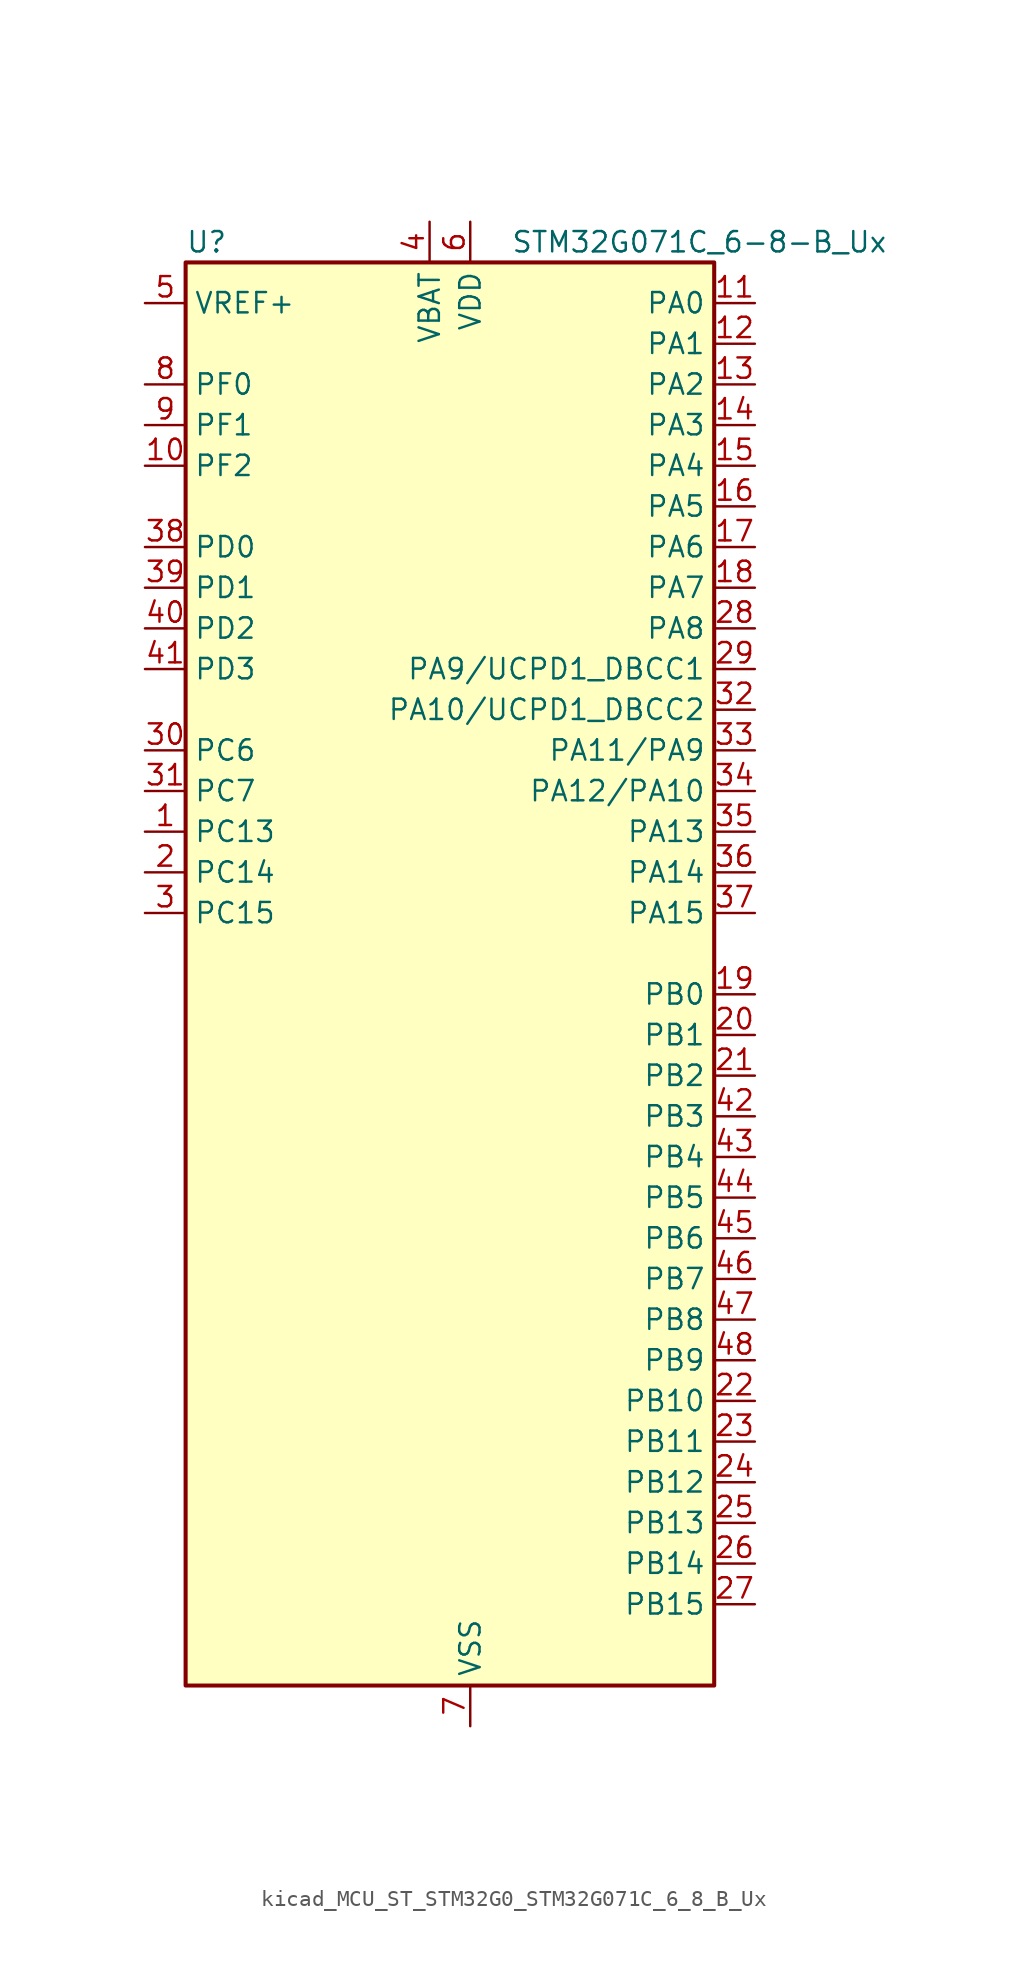
<source format=kicad_sym>
(kicad_symbol_lib
  (version 20220914)
  (generator kicad_symbol_editor)
  (symbol "kicad_MCU_ST_STM32G0_STM32G071C_6_8_B_Ux"
    (property "Reference" "U"
      (at -15.24 46.99 0)
      (effects (font (size 1.27 1.27)) (justify left)))
    (property "Value" "STM32G071C_6-8-B_Ux"
      (at 5.08 46.99 0)
      (effects (font (size 1.27 1.27)) (justify left)))
    (property "ki_locked" ""
      (at 0 0 0)
      (effects (font (size 1.27 1.27))))
    (symbol "kicad_MCU_ST_STM32G0_STM32G071C_6_8_B_Ux_0_1"
      (rectangle (start -15.24 -43.18) (end 17.78 45.72) (stroke (width 0.254) (type default)) (fill (type background))))
    (symbol "kicad_MCU_ST_STM32G0_STM32G071C_6_8_B_Ux_1_1"
      (pin bidirectional line (at -17.78 10.16 0) (length 2.54) (name "PC13" (effects (font (size 1.27 1.27)))) (number "1" (effects (font (size 1.27 1.27)))) (alternate "RTC_OUT_ALARM" bidirectional line) (alternate "RTC_OUT_CALIB" bidirectional line) (alternate "RTC_TAMP_IN1" bidirectional line) (alternate "RTC_TS" bidirectional line) (alternate "SYS_WKUP2" bidirectional line) (alternate "TIM1_BK" bidirectional line))
      (pin bidirectional line (at -17.78 33.02 0) (length 2.54) (name "PF2" (effects (font (size 1.27 1.27)))) (number "10" (effects (font (size 1.27 1.27)))) (alternate "RCC_MCO" bidirectional line))
      (pin bidirectional line (at 20.32 43.18 180) (length 2.54) (name "PA0" (effects (font (size 1.27 1.27)))) (number "11" (effects (font (size 1.27 1.27)))) (alternate "ADC1_IN0" bidirectional line) (alternate "COMP1_INM" bidirectional line) (alternate "COMP1_OUT" bidirectional line) (alternate "LPTIM1_OUT" bidirectional line) (alternate "RTC_TAMP_IN2" bidirectional line) (alternate "SPI2_SCK" bidirectional line) (alternate "SYS_WKUP1" bidirectional line) (alternate "TIM2_CH1" bidirectional line) (alternate "TIM2_ETR" bidirectional line) (alternate "UCPD2_FRSTX1" bidirectional line) (alternate "UCPD2_FRSTX2" bidirectional line) (alternate "USART2_CTS" bidirectional line) (alternate "USART2_NSS" bidirectional line) (alternate "USART4_TX" bidirectional line))
      (pin bidirectional line (at 20.32 40.64 180) (length 2.54) (name "PA1" (effects (font (size 1.27 1.27)))) (number "12" (effects (font (size 1.27 1.27)))) (alternate "ADC1_IN1" bidirectional line) (alternate "COMP1_INP" bidirectional line) (alternate "I2C1_SMBA" bidirectional line) (alternate "I2S1_CK" bidirectional line) (alternate "SPI1_SCK" bidirectional line) (alternate "TIM15_CH1N" bidirectional line) (alternate "TIM2_CH2" bidirectional line) (alternate "USART2_CK" bidirectional line) (alternate "USART2_DE" bidirectional line) (alternate "USART2_RTS" bidirectional line) (alternate "USART4_RX" bidirectional line))
      (pin bidirectional line (at 20.32 38.1 180) (length 2.54) (name "PA2" (effects (font (size 1.27 1.27)))) (number "13" (effects (font (size 1.27 1.27)))) (alternate "ADC1_IN2" bidirectional line) (alternate "COMP2_INM" bidirectional line) (alternate "COMP2_OUT" bidirectional line) (alternate "I2S1_SD" bidirectional line) (alternate "LPUART1_TX" bidirectional line) (alternate "RCC_LSCO" bidirectional line) (alternate "SPI1_MOSI" bidirectional line) (alternate "SYS_WKUP4" bidirectional line) (alternate "TIM15_CH1" bidirectional line) (alternate "TIM2_CH3" bidirectional line) (alternate "UCPD1_FRSTX1" bidirectional line) (alternate "UCPD1_FRSTX2" bidirectional line) (alternate "USART2_TX" bidirectional line))
      (pin bidirectional line (at 20.32 35.56 180) (length 2.54) (name "PA3" (effects (font (size 1.27 1.27)))) (number "14" (effects (font (size 1.27 1.27)))) (alternate "ADC1_IN3" bidirectional line) (alternate "COMP2_INP" bidirectional line) (alternate "LPUART1_RX" bidirectional line) (alternate "SPI2_MISO" bidirectional line) (alternate "TIM15_CH2" bidirectional line) (alternate "TIM2_CH4" bidirectional line) (alternate "UCPD2_FRSTX1" bidirectional line) (alternate "UCPD2_FRSTX2" bidirectional line) (alternate "USART2_RX" bidirectional line))
      (pin bidirectional line (at 20.32 33.02 180) (length 2.54) (name "PA4" (effects (font (size 1.27 1.27)))) (number "15" (effects (font (size 1.27 1.27)))) (alternate "ADC1_IN4" bidirectional line) (alternate "DAC1_OUT1" bidirectional line) (alternate "I2S1_WS" bidirectional line) (alternate "LPTIM2_OUT" bidirectional line) (alternate "RTC_OUT_ALARM" bidirectional line) (alternate "RTC_OUT_CALIB" bidirectional line) (alternate "SPI1_NSS" bidirectional line) (alternate "SPI2_MOSI" bidirectional line) (alternate "TIM14_CH1" bidirectional line) (alternate "UCPD2_FRSTX1" bidirectional line) (alternate "UCPD2_FRSTX2" bidirectional line))
      (pin bidirectional line (at 20.32 30.48 180) (length 2.54) (name "PA5" (effects (font (size 1.27 1.27)))) (number "16" (effects (font (size 1.27 1.27)))) (alternate "ADC1_IN5" bidirectional line) (alternate "CEC" bidirectional line) (alternate "DAC1_OUT2" bidirectional line) (alternate "I2S1_CK" bidirectional line) (alternate "LPTIM2_ETR" bidirectional line) (alternate "SPI1_SCK" bidirectional line) (alternate "TIM2_CH1" bidirectional line) (alternate "TIM2_ETR" bidirectional line) (alternate "UCPD1_FRSTX1" bidirectional line) (alternate "UCPD1_FRSTX2" bidirectional line) (alternate "USART3_TX" bidirectional line))
      (pin bidirectional line (at 20.32 27.94 180) (length 2.54) (name "PA6" (effects (font (size 1.27 1.27)))) (number "17" (effects (font (size 1.27 1.27)))) (alternate "ADC1_IN6" bidirectional line) (alternate "COMP1_OUT" bidirectional line) (alternate "I2S1_MCK" bidirectional line) (alternate "LPUART1_CTS" bidirectional line) (alternate "SPI1_MISO" bidirectional line) (alternate "TIM16_CH1" bidirectional line) (alternate "TIM1_BK" bidirectional line) (alternate "TIM3_CH1" bidirectional line) (alternate "USART3_CTS" bidirectional line) (alternate "USART3_NSS" bidirectional line))
      (pin bidirectional line (at 20.32 25.4 180) (length 2.54) (name "PA7" (effects (font (size 1.27 1.27)))) (number "18" (effects (font (size 1.27 1.27)))) (alternate "ADC1_IN7" bidirectional line) (alternate "COMP2_OUT" bidirectional line) (alternate "I2S1_SD" bidirectional line) (alternate "SPI1_MOSI" bidirectional line) (alternate "TIM14_CH1" bidirectional line) (alternate "TIM17_CH1" bidirectional line) (alternate "TIM1_CH1N" bidirectional line) (alternate "TIM3_CH2" bidirectional line) (alternate "UCPD1_FRSTX1" bidirectional line) (alternate "UCPD1_FRSTX2" bidirectional line))
      (pin bidirectional line (at 20.32 0 180) (length 2.54) (name "PB0" (effects (font (size 1.27 1.27)))) (number "19" (effects (font (size 1.27 1.27)))) (alternate "ADC1_IN8" bidirectional line) (alternate "COMP1_OUT" bidirectional line) (alternate "I2S1_WS" bidirectional line) (alternate "LPTIM1_OUT" bidirectional line) (alternate "SPI1_NSS" bidirectional line) (alternate "TIM1_CH2N" bidirectional line) (alternate "TIM3_CH3" bidirectional line) (alternate "UCPD1_FRSTX1" bidirectional line) (alternate "UCPD1_FRSTX2" bidirectional line) (alternate "USART3_RX" bidirectional line))
      (pin bidirectional line (at -17.78 7.62 0) (length 2.54) (name "PC14" (effects (font (size 1.27 1.27)))) (number "2" (effects (font (size 1.27 1.27)))) (alternate "RCC_OSC32_IN" bidirectional line) (alternate "TIM1_BK2" bidirectional line))
      (pin bidirectional line (at 20.32 -2.54 180) (length 2.54) (name "PB1" (effects (font (size 1.27 1.27)))) (number "20" (effects (font (size 1.27 1.27)))) (alternate "ADC1_IN9" bidirectional line) (alternate "COMP1_INM" bidirectional line) (alternate "LPTIM2_IN1" bidirectional line) (alternate "LPUART1_DE" bidirectional line) (alternate "LPUART1_RTS" bidirectional line) (alternate "TIM14_CH1" bidirectional line) (alternate "TIM1_CH3N" bidirectional line) (alternate "TIM3_CH4" bidirectional line) (alternate "USART3_CK" bidirectional line) (alternate "USART3_DE" bidirectional line) (alternate "USART3_RTS" bidirectional line))
      (pin bidirectional line (at 20.32 -5.08 180) (length 2.54) (name "PB2" (effects (font (size 1.27 1.27)))) (number "21" (effects (font (size 1.27 1.27)))) (alternate "ADC1_IN10" bidirectional line) (alternate "COMP1_INP" bidirectional line) (alternate "LPTIM1_OUT" bidirectional line) (alternate "SPI2_MISO" bidirectional line) (alternate "USART3_TX" bidirectional line))
      (pin bidirectional line (at 20.32 -25.4 180) (length 2.54) (name "PB10" (effects (font (size 1.27 1.27)))) (number "22" (effects (font (size 1.27 1.27)))) (alternate "ADC1_IN11" bidirectional line) (alternate "CEC" bidirectional line) (alternate "COMP1_OUT" bidirectional line) (alternate "I2C2_SCL" bidirectional line) (alternate "LPUART1_RX" bidirectional line) (alternate "SPI2_SCK" bidirectional line) (alternate "TIM2_CH3" bidirectional line) (alternate "USART3_TX" bidirectional line))
      (pin bidirectional line (at 20.32 -27.94 180) (length 2.54) (name "PB11" (effects (font (size 1.27 1.27)))) (number "23" (effects (font (size 1.27 1.27)))) (alternate "ADC1_EXTI11" bidirectional line) (alternate "ADC1_IN15" bidirectional line) (alternate "COMP2_OUT" bidirectional line) (alternate "I2C2_SDA" bidirectional line) (alternate "LPUART1_TX" bidirectional line) (alternate "SPI2_MOSI" bidirectional line) (alternate "TIM2_CH4" bidirectional line) (alternate "USART3_RX" bidirectional line))
      (pin bidirectional line (at 20.32 -30.48 180) (length 2.54) (name "PB12" (effects (font (size 1.27 1.27)))) (number "24" (effects (font (size 1.27 1.27)))) (alternate "ADC1_IN16" bidirectional line) (alternate "LPUART1_DE" bidirectional line) (alternate "LPUART1_RTS" bidirectional line) (alternate "SPI2_NSS" bidirectional line) (alternate "TIM15_BK" bidirectional line) (alternate "TIM1_BK" bidirectional line) (alternate "UCPD2_FRSTX1" bidirectional line) (alternate "UCPD2_FRSTX2" bidirectional line))
      (pin bidirectional line (at 20.32 -33.02 180) (length 2.54) (name "PB13" (effects (font (size 1.27 1.27)))) (number "25" (effects (font (size 1.27 1.27)))) (alternate "I2C2_SCL" bidirectional line) (alternate "LPUART1_CTS" bidirectional line) (alternate "SPI2_SCK" bidirectional line) (alternate "TIM15_CH1N" bidirectional line) (alternate "TIM1_CH1N" bidirectional line) (alternate "USART3_CTS" bidirectional line) (alternate "USART3_NSS" bidirectional line))
      (pin bidirectional line (at 20.32 -35.56 180) (length 2.54) (name "PB14" (effects (font (size 1.27 1.27)))) (number "26" (effects (font (size 1.27 1.27)))) (alternate "I2C2_SDA" bidirectional line) (alternate "SPI2_MISO" bidirectional line) (alternate "TIM15_CH1" bidirectional line) (alternate "TIM1_CH2N" bidirectional line) (alternate "UCPD1_FRSTX1" bidirectional line) (alternate "UCPD1_FRSTX2" bidirectional line) (alternate "USART3_CK" bidirectional line) (alternate "USART3_DE" bidirectional line) (alternate "USART3_RTS" bidirectional line))
      (pin bidirectional line (at 20.32 -38.1 180) (length 2.54) (name "PB15" (effects (font (size 1.27 1.27)))) (number "27" (effects (font (size 1.27 1.27)))) (alternate "RTC_REFIN" bidirectional line) (alternate "SPI2_MOSI" bidirectional line) (alternate "TIM15_CH1N" bidirectional line) (alternate "TIM15_CH2" bidirectional line) (alternate "TIM1_CH3N" bidirectional line) (alternate "UCPD1_CC2" bidirectional line))
      (pin bidirectional line (at 20.32 22.86 180) (length 2.54) (name "PA8" (effects (font (size 1.27 1.27)))) (number "28" (effects (font (size 1.27 1.27)))) (alternate "LPTIM2_OUT" bidirectional line) (alternate "RCC_MCO" bidirectional line) (alternate "SPI2_NSS" bidirectional line) (alternate "TIM1_CH1" bidirectional line) (alternate "UCPD1_CC1" bidirectional line))
      (pin bidirectional line (at 20.32 20.32 180) (length 2.54) (name "PA9/UCPD1_DBCC1" (effects (font (size 1.27 1.27)))) (number "29" (effects (font (size 1.27 1.27)))) (alternate "DAC1_EXTI9" bidirectional line) (alternate "I2C1_SCL" bidirectional line) (alternate "RCC_MCO" bidirectional line) (alternate "SPI2_MISO" bidirectional line) (alternate "TIM15_BK" bidirectional line) (alternate "TIM1_CH2" bidirectional line) (alternate "UCPD1_DBCC1" bidirectional line) (alternate "USART1_TX" bidirectional line))
      (pin bidirectional line (at -17.78 5.08 0) (length 2.54) (name "PC15" (effects (font (size 1.27 1.27)))) (number "3" (effects (font (size 1.27 1.27)))) (alternate "RCC_OSC32_EN" bidirectional line) (alternate "RCC_OSC32_OUT" bidirectional line) (alternate "RCC_OSC_EN" bidirectional line) (alternate "TIM15_BK" bidirectional line))
      (pin bidirectional line (at -17.78 15.24 0) (length 2.54) (name "PC6" (effects (font (size 1.27 1.27)))) (number "30" (effects (font (size 1.27 1.27)))) (alternate "TIM2_CH3" bidirectional line) (alternate "TIM3_CH1" bidirectional line) (alternate "UCPD1_FRSTX1" bidirectional line) (alternate "UCPD1_FRSTX2" bidirectional line))
      (pin bidirectional line (at -17.78 12.7 0) (length 2.54) (name "PC7" (effects (font (size 1.27 1.27)))) (number "31" (effects (font (size 1.27 1.27)))) (alternate "TIM2_CH4" bidirectional line) (alternate "TIM3_CH2" bidirectional line) (alternate "UCPD2_FRSTX1" bidirectional line) (alternate "UCPD2_FRSTX2" bidirectional line))
      (pin bidirectional line (at 20.32 17.78 180) (length 2.54) (name "PA10/UCPD1_DBCC2" (effects (font (size 1.27 1.27)))) (number "32" (effects (font (size 1.27 1.27)))) (alternate "I2C1_SDA" bidirectional line) (alternate "SPI2_MOSI" bidirectional line) (alternate "TIM17_BK" bidirectional line) (alternate "TIM1_CH3" bidirectional line) (alternate "UCPD1_DBCC2" bidirectional line) (alternate "USART1_RX" bidirectional line))
      (pin bidirectional line (at 20.32 15.24 180) (length 2.54) (name "PA11/PA9" (effects (font (size 1.27 1.27)))) (number "33" (effects (font (size 1.27 1.27)))) (alternate "ADC1_EXTI11" bidirectional line) (alternate "COMP1_OUT" bidirectional line) (alternate "I2C2_SCL" bidirectional line) (alternate "I2S1_MCK" bidirectional line) (alternate "SPI1_MISO" bidirectional line) (alternate "TIM1_BK2" bidirectional line) (alternate "TIM1_CH4" bidirectional line) (alternate "USART1_CTS" bidirectional line) (alternate "USART1_NSS" bidirectional line))
      (pin bidirectional line (at 20.32 12.7 180) (length 2.54) (name "PA12/PA10" (effects (font (size 1.27 1.27)))) (number "34" (effects (font (size 1.27 1.27)))) (alternate "COMP2_OUT" bidirectional line) (alternate "I2C2_SDA" bidirectional line) (alternate "I2S1_SD" bidirectional line) (alternate "I2S_CKIN" bidirectional line) (alternate "SPI1_MOSI" bidirectional line) (alternate "TIM1_ETR" bidirectional line) (alternate "USART1_CK" bidirectional line) (alternate "USART1_DE" bidirectional line) (alternate "USART1_RTS" bidirectional line))
      (pin bidirectional line (at 20.32 10.16 180) (length 2.54) (name "PA13" (effects (font (size 1.27 1.27)))) (number "35" (effects (font (size 1.27 1.27)))) (alternate "IR_OUT" bidirectional line) (alternate "SYS_SWDIO" bidirectional line))
      (pin bidirectional line (at 20.32 7.62 180) (length 2.54) (name "PA14" (effects (font (size 1.27 1.27)))) (number "36" (effects (font (size 1.27 1.27)))) (alternate "SYS_SWCLK" bidirectional line) (alternate "USART2_TX" bidirectional line))
      (pin bidirectional line (at 20.32 5.08 180) (length 2.54) (name "PA15" (effects (font (size 1.27 1.27)))) (number "37" (effects (font (size 1.27 1.27)))) (alternate "I2S1_WS" bidirectional line) (alternate "SPI1_NSS" bidirectional line) (alternate "TIM2_CH1" bidirectional line) (alternate "TIM2_ETR" bidirectional line) (alternate "USART2_RX" bidirectional line) (alternate "USART3_CK" bidirectional line) (alternate "USART3_DE" bidirectional line) (alternate "USART3_RTS" bidirectional line) (alternate "USART4_CK" bidirectional line) (alternate "USART4_DE" bidirectional line) (alternate "USART4_RTS" bidirectional line))
      (pin bidirectional line (at -17.78 27.94 0) (length 2.54) (name "PD0" (effects (font (size 1.27 1.27)))) (number "38" (effects (font (size 1.27 1.27)))) (alternate "SPI2_NSS" bidirectional line) (alternate "TIM16_CH1" bidirectional line) (alternate "UCPD2_CC1" bidirectional line))
      (pin bidirectional line (at -17.78 25.4 0) (length 2.54) (name "PD1" (effects (font (size 1.27 1.27)))) (number "39" (effects (font (size 1.27 1.27)))) (alternate "SPI2_SCK" bidirectional line) (alternate "TIM17_CH1" bidirectional line) (alternate "UCPD2_DBCC1" bidirectional line))
      (pin power_in line (at 0 48.26 270) (length 2.54) (name "VBAT" (effects (font (size 1.27 1.27)))) (number "4" (effects (font (size 1.27 1.27)))))
      (pin bidirectional line (at -17.78 22.86 0) (length 2.54) (name "PD2" (effects (font (size 1.27 1.27)))) (number "40" (effects (font (size 1.27 1.27)))) (alternate "TIM1_CH1N" bidirectional line) (alternate "TIM3_ETR" bidirectional line) (alternate "UCPD2_CC2" bidirectional line) (alternate "USART3_CK" bidirectional line) (alternate "USART3_DE" bidirectional line) (alternate "USART3_RTS" bidirectional line))
      (pin bidirectional line (at -17.78 20.32 0) (length 2.54) (name "PD3" (effects (font (size 1.27 1.27)))) (number "41" (effects (font (size 1.27 1.27)))) (alternate "SPI2_MISO" bidirectional line) (alternate "TIM1_CH2N" bidirectional line) (alternate "UCPD2_DBCC2" bidirectional line) (alternate "USART2_CTS" bidirectional line) (alternate "USART2_NSS" bidirectional line))
      (pin bidirectional line (at 20.32 -7.62 180) (length 2.54) (name "PB3" (effects (font (size 1.27 1.27)))) (number "42" (effects (font (size 1.27 1.27)))) (alternate "COMP2_INM" bidirectional line) (alternate "I2S1_CK" bidirectional line) (alternate "SPI1_SCK" bidirectional line) (alternate "TIM1_CH2" bidirectional line) (alternate "TIM2_CH2" bidirectional line) (alternate "USART1_CK" bidirectional line) (alternate "USART1_DE" bidirectional line) (alternate "USART1_RTS" bidirectional line))
      (pin bidirectional line (at 20.32 -10.16 180) (length 2.54) (name "PB4" (effects (font (size 1.27 1.27)))) (number "43" (effects (font (size 1.27 1.27)))) (alternate "COMP2_INP" bidirectional line) (alternate "I2S1_MCK" bidirectional line) (alternate "SPI1_MISO" bidirectional line) (alternate "TIM17_BK" bidirectional line) (alternate "TIM3_CH1" bidirectional line) (alternate "USART1_CTS" bidirectional line) (alternate "USART1_NSS" bidirectional line))
      (pin bidirectional line (at 20.32 -12.7 180) (length 2.54) (name "PB5" (effects (font (size 1.27 1.27)))) (number "44" (effects (font (size 1.27 1.27)))) (alternate "COMP2_OUT" bidirectional line) (alternate "I2C1_SMBA" bidirectional line) (alternate "I2S1_SD" bidirectional line) (alternate "LPTIM1_IN1" bidirectional line) (alternate "SPI1_MOSI" bidirectional line) (alternate "SYS_WKUP6" bidirectional line) (alternate "TIM16_BK" bidirectional line) (alternate "TIM3_CH2" bidirectional line))
      (pin bidirectional line (at 20.32 -15.24 180) (length 2.54) (name "PB6" (effects (font (size 1.27 1.27)))) (number "45" (effects (font (size 1.27 1.27)))) (alternate "COMP2_INP" bidirectional line) (alternate "I2C1_SCL" bidirectional line) (alternate "LPTIM1_ETR" bidirectional line) (alternate "SPI2_MISO" bidirectional line) (alternate "TIM16_CH1N" bidirectional line) (alternate "TIM1_CH3" bidirectional line) (alternate "USART1_TX" bidirectional line))
      (pin bidirectional line (at 20.32 -17.78 180) (length 2.54) (name "PB7" (effects (font (size 1.27 1.27)))) (number "46" (effects (font (size 1.27 1.27)))) (alternate "COMP2_INM" bidirectional line) (alternate "I2C1_SDA" bidirectional line) (alternate "LPTIM1_IN2" bidirectional line) (alternate "SPI2_MOSI" bidirectional line) (alternate "SYS_PVD_IN" bidirectional line) (alternate "TIM17_CH1N" bidirectional line) (alternate "USART1_RX" bidirectional line) (alternate "USART4_CTS" bidirectional line) (alternate "USART4_NSS" bidirectional line))
      (pin bidirectional line (at 20.32 -20.32 180) (length 2.54) (name "PB8" (effects (font (size 1.27 1.27)))) (number "47" (effects (font (size 1.27 1.27)))) (alternate "CEC" bidirectional line) (alternate "I2C1_SCL" bidirectional line) (alternate "SPI2_SCK" bidirectional line) (alternate "TIM15_BK" bidirectional line) (alternate "TIM16_CH1" bidirectional line) (alternate "USART3_TX" bidirectional line))
      (pin bidirectional line (at 20.32 -22.86 180) (length 2.54) (name "PB9" (effects (font (size 1.27 1.27)))) (number "48" (effects (font (size 1.27 1.27)))) (alternate "DAC1_EXTI9" bidirectional line) (alternate "I2C1_SDA" bidirectional line) (alternate "IR_OUT" bidirectional line) (alternate "SPI2_NSS" bidirectional line) (alternate "TIM17_CH1" bidirectional line) (alternate "UCPD2_FRSTX1" bidirectional line) (alternate "UCPD2_FRSTX2" bidirectional line) (alternate "USART3_RX" bidirectional line))
      (pin passive line (at 2.54 -45.72 90) (length 2.54) hide (name "VSS" (effects (font (size 1.27 1.27)))) (number "49" (effects (font (size 1.27 1.27)))))
      (pin input line (at -17.78 43.18 0) (length 2.54) (name "VREF+" (effects (font (size 1.27 1.27)))) (number "5" (effects (font (size 1.27 1.27)))) (alternate "VREFBUF_OUT" bidirectional line))
      (pin power_in line (at 2.54 48.26 270) (length 2.54) (name "VDD" (effects (font (size 1.27 1.27)))) (number "6" (effects (font (size 1.27 1.27)))))
      (pin power_in line (at 2.54 -45.72 90) (length 2.54) (name "VSS" (effects (font (size 1.27 1.27)))) (number "7" (effects (font (size 1.27 1.27)))))
      (pin bidirectional line (at -17.78 38.1 0) (length 2.54) (name "PF0" (effects (font (size 1.27 1.27)))) (number "8" (effects (font (size 1.27 1.27)))) (alternate "RCC_OSC_IN" bidirectional line) (alternate "TIM14_CH1" bidirectional line))
      (pin bidirectional line (at -17.78 35.56 0) (length 2.54) (name "PF1" (effects (font (size 1.27 1.27)))) (number "9" (effects (font (size 1.27 1.27)))) (alternate "RCC_OSC_EN" bidirectional line) (alternate "RCC_OSC_OUT" bidirectional line) (alternate "TIM15_CH1N" bidirectional line)))))
</source>
